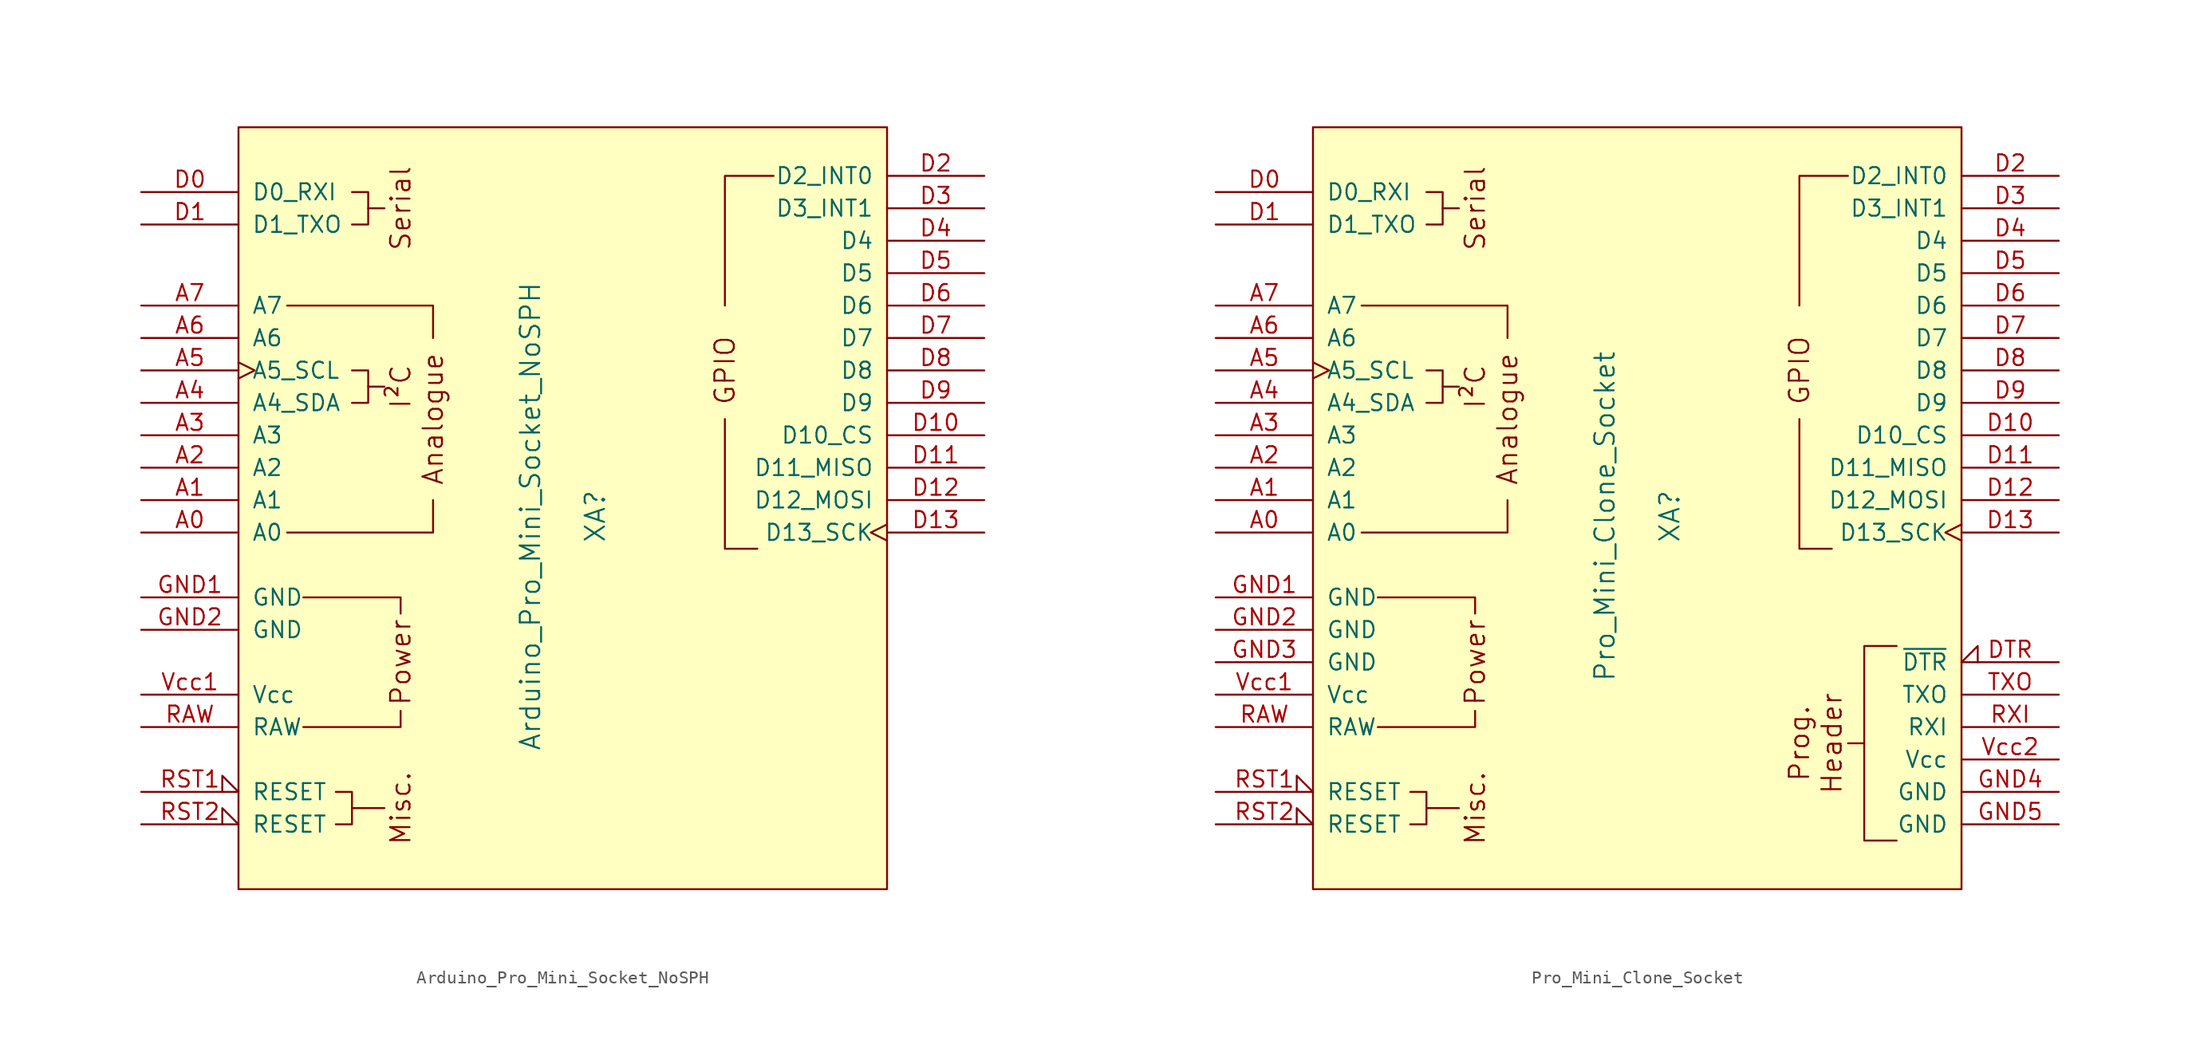
<source format=kicad_sym>
(kicad_symbol_lib
  (version 20211014)
  (generator kicad_symbol_editor)
  (symbol "Arduino_Pro_Mini_Socket_NoSPH"
    (pin_names
      (offset 1.016))
    (property "Reference" "XA"
      (at 2.54 0 90)
      (effects (font (size 1.524 1.524))))
    (property "Value" "Arduino_Pro_Mini_Socket_NoSPH"
      (at -2.54 0 90)
      (effects (font (size 1.524 1.524))))
    (symbol "Arduino_Pro_Mini_Socket_NoSPH_0_0"
      (rectangle (start -25.4 30.48) (end 25.4 -29.21) (stroke (width 0) (type default) (color 0 0 0 0)) (fill (type background)))
      (polyline (pts (xy -15.24 10.16) (xy -13.97 10.16)) (stroke (width 0) (type default) (color 0 0 0 0)) (fill (type none)))
      (polyline (pts (xy -15.24 24.13) (xy -13.97 24.13)) (stroke (width 0) (type default) (color 0 0 0 0)) (fill (type none)))
      (polyline (pts (xy -13.97 -22.86) (xy -16.51 -22.86)) (stroke (width 0) (type default) (color 0 0 0 0)) (fill (type none)))
      (polyline (pts (xy -20.32 -16.51) (xy -12.7 -16.51) (xy -12.7 -15.24)) (stroke (width 0) (type default) (color 0 0 0 0)) (fill (type none)))
      (polyline (pts (xy -12.7 -7.62) (xy -12.7 -6.35) (xy -20.32 -6.35)) (stroke (width 0) (type default) (color 0 0 0 0)) (fill (type none)))
      (polyline (pts (xy -10.16 1.27) (xy -10.16 -1.27) (xy -21.59 -1.27)) (stroke (width 0) (type default) (color 0 0 0 0)) (fill (type none)))
      (polyline (pts (xy -10.16 13.97) (xy -10.16 16.51) (xy -21.59 16.51)) (stroke (width 0) (type default) (color 0 0 0 0)) (fill (type none)))
      (polyline (pts (xy -16.51 11.43) (xy -15.24 11.43) (xy -15.24 8.89) (xy -16.51 8.89)) (stroke (width 0) (type default) (color 0 0 0 0)) (fill (type none)))
      (polyline (pts (xy -16.51 25.4) (xy -15.24 25.4) (xy -15.24 22.86) (xy -16.51 22.86)) (stroke (width 0) (type default) (color 0 0 0 0)) (fill (type none)))
      (text "Analogue" (at -10.16 7.62 900) (effects (font (size 1.524 1.524))))
      (text "I²C" (at -12.7 10.16 900) (effects (font (size 1.524 1.524))))
      (text "Misc." (at -12.7 -22.86 900) (effects (font (size 1.524 1.524))))
      (text "Power" (at -12.7 -11.43 900) (effects (font (size 1.524 1.524))))
      (text "Serial" (at -12.7 24.13 900) (effects (font (size 1.524 1.524)))))
    (symbol "Arduino_Pro_Mini_Socket_NoSPH_0_1"
      (polyline (pts (xy 15.24 -2.54) (xy 12.7 -2.54) (xy 12.7 7.62)) (stroke (width 0) (type default) (color 0 0 0 0)) (fill (type none)))
      (polyline (pts (xy 16.51 26.67) (xy 12.7 26.67) (xy 12.7 16.51)) (stroke (width 0) (type default) (color 0 0 0 0)) (fill (type none)))
      (polyline (pts (xy -17.78 -24.13) (xy -16.51 -24.13) (xy -16.51 -21.59) (xy -17.78 -21.59)) (stroke (width 0) (type default) (color 0 0 0 0)) (fill (type none))))
    (symbol "Arduino_Pro_Mini_Socket_NoSPH_1_0"
      (text "GPIO" (at 12.7 11.43 900) (effects (font (size 1.524 1.524)))))
    (symbol "Arduino_Pro_Mini_Socket_NoSPH_1_1"
      (pin bidirectional line (at -33.02 -1.27 0) (length 7.62) (name "A0" (effects (font (size 1.27 1.27)))) (number "A0" (effects (font (size 1.27 1.27)))))
      (pin bidirectional line (at -33.02 1.27 0) (length 7.62) (name "A1" (effects (font (size 1.27 1.27)))) (number "A1" (effects (font (size 1.27 1.27)))))
      (pin bidirectional line (at -33.02 3.81 0) (length 7.62) (name "A2" (effects (font (size 1.27 1.27)))) (number "A2" (effects (font (size 1.27 1.27)))))
      (pin bidirectional line (at -33.02 6.35 0) (length 7.62) (name "A3" (effects (font (size 1.27 1.27)))) (number "A3" (effects (font (size 1.27 1.27)))))
      (pin bidirectional line (at -33.02 8.89 0) (length 7.62) (name "A4_SDA" (effects (font (size 1.27 1.27)))) (number "A4" (effects (font (size 1.27 1.27)))))
      (pin bidirectional clock (at -33.02 11.43 0) (length 7.62) (name "A5_SCL" (effects (font (size 1.27 1.27)))) (number "A5" (effects (font (size 1.27 1.27)))))
      (pin input line (at -33.02 13.97 0) (length 7.62) (name "A6" (effects (font (size 1.27 1.27)))) (number "A6" (effects (font (size 1.27 1.27)))))
      (pin input line (at -33.02 16.51 0) (length 7.62) (name "A7" (effects (font (size 1.27 1.27)))) (number "A7" (effects (font (size 1.27 1.27)))))
      (pin bidirectional line (at -33.02 25.4 0) (length 7.62) (name "D0_RXI" (effects (font (size 1.27 1.27)))) (number "D0" (effects (font (size 1.27 1.27)))))
      (pin bidirectional line (at -33.02 22.86 0) (length 7.62) (name "D1_TXO" (effects (font (size 1.27 1.27)))) (number "D1" (effects (font (size 1.27 1.27)))))
      (pin bidirectional line (at 33.02 6.35 180) (length 7.62) (name "D10_CS" (effects (font (size 1.27 1.27)))) (number "D10" (effects (font (size 1.27 1.27)))))
      (pin bidirectional line (at 33.02 3.81 180) (length 7.62) (name "D11_MISO" (effects (font (size 1.27 1.27)))) (number "D11" (effects (font (size 1.27 1.27)))))
      (pin bidirectional line (at 33.02 1.27 180) (length 7.62) (name "D12_MOSI" (effects (font (size 1.27 1.27)))) (number "D12" (effects (font (size 1.27 1.27)))))
      (pin bidirectional clock (at 33.02 -1.27 180) (length 7.62) (name "D13_SCK" (effects (font (size 1.27 1.27)))) (number "D13" (effects (font (size 1.27 1.27)))))
      (pin bidirectional line (at 33.02 26.67 180) (length 7.62) (name "D2_INT0" (effects (font (size 1.27 1.27)))) (number "D2" (effects (font (size 1.27 1.27)))))
      (pin bidirectional line (at 33.02 24.13 180) (length 7.62) (name "D3_INT1" (effects (font (size 1.27 1.27)))) (number "D3" (effects (font (size 1.27 1.27)))))
      (pin bidirectional line (at 33.02 21.59 180) (length 7.62) (name "D4" (effects (font (size 1.27 1.27)))) (number "D4" (effects (font (size 1.27 1.27)))))
      (pin bidirectional line (at 33.02 19.05 180) (length 7.62) (name "D5" (effects (font (size 1.27 1.27)))) (number "D5" (effects (font (size 1.27 1.27)))))
      (pin bidirectional line (at 33.02 16.51 180) (length 7.62) (name "D6" (effects (font (size 1.27 1.27)))) (number "D6" (effects (font (size 1.27 1.27)))))
      (pin bidirectional line (at 33.02 13.97 180) (length 7.62) (name "D7" (effects (font (size 1.27 1.27)))) (number "D7" (effects (font (size 1.27 1.27)))))
      (pin bidirectional line (at 33.02 11.43 180) (length 7.62) (name "D8" (effects (font (size 1.27 1.27)))) (number "D8" (effects (font (size 1.27 1.27)))))
      (pin bidirectional line (at 33.02 8.89 180) (length 7.62) (name "D9" (effects (font (size 1.27 1.27)))) (number "D9" (effects (font (size 1.27 1.27)))))
      (pin power_in line (at -33.02 -6.35 0) (length 7.62) (name "GND" (effects (font (size 1.27 1.27)))) (number "GND1" (effects (font (size 1.27 1.27)))))
      (pin power_in line (at -33.02 -8.89 0) (length 7.62) (name "GND" (effects (font (size 1.27 1.27)))) (number "GND2" (effects (font (size 1.27 1.27)))))
      (pin power_in line (at -33.02 -16.51 0) (length 7.62) (name "RAW" (effects (font (size 1.27 1.27)))) (number "RAW" (effects (font (size 1.27 1.27)))))
      (pin open_collector input_low (at -33.02 -21.59 0) (length 7.62) (name "RESET" (effects (font (size 1.27 1.27)))) (number "RST1" (effects (font (size 1.27 1.27)))))
      (pin open_collector input_low (at -33.02 -24.13 0) (length 7.62) (name "RESET" (effects (font (size 1.27 1.27)))) (number "RST2" (effects (font (size 1.27 1.27)))))
      (pin power_in line (at -33.02 -13.97 0) (length 7.62) (name "Vcc" (effects (font (size 1.27 1.27)))) (number "Vcc1" (effects (font (size 1.27 1.27)))))))
  (symbol "Pro_Mini_Clone_Socket"
    (pin_names
      (offset 1.016))
    (property "Reference" "XA"
      (at 2.54 0 90)
      (effects (font (size 1.524 1.524))))
    (property "Value" "Pro_Mini_Clone_Socket"
      (at -2.54 0 90)
      (effects (font (size 1.524 1.524))))
    (symbol "Pro_Mini_Clone_Socket_0_0"
      (rectangle (start -25.4 30.48) (end 25.4 -29.21) (stroke (width 0) (type default) (color 0 0 0 0)) (fill (type background)))
      (polyline (pts (xy -15.24 10.16) (xy -13.97 10.16)) (stroke (width 0) (type default) (color 0 0 0 0)) (fill (type none)))
      (polyline (pts (xy -15.24 24.13) (xy -13.97 24.13)) (stroke (width 0) (type default) (color 0 0 0 0)) (fill (type none)))
      (polyline (pts (xy -13.97 -22.86) (xy -16.51 -22.86)) (stroke (width 0) (type default) (color 0 0 0 0)) (fill (type none)))
      (polyline (pts (xy -20.32 -16.51) (xy -12.7 -16.51) (xy -12.7 -15.24)) (stroke (width 0) (type default) (color 0 0 0 0)) (fill (type none)))
      (polyline (pts (xy -12.7 -7.62) (xy -12.7 -6.35) (xy -20.32 -6.35)) (stroke (width 0) (type default) (color 0 0 0 0)) (fill (type none)))
      (polyline (pts (xy -10.16 1.27) (xy -10.16 -1.27) (xy -21.59 -1.27)) (stroke (width 0) (type default) (color 0 0 0 0)) (fill (type none)))
      (polyline (pts (xy -10.16 13.97) (xy -10.16 16.51) (xy -21.59 16.51)) (stroke (width 0) (type default) (color 0 0 0 0)) (fill (type none)))
      (polyline (pts (xy -16.51 11.43) (xy -15.24 11.43) (xy -15.24 8.89) (xy -16.51 8.89)) (stroke (width 0) (type default) (color 0 0 0 0)) (fill (type none)))
      (polyline (pts (xy -16.51 25.4) (xy -15.24 25.4) (xy -15.24 22.86) (xy -16.51 22.86)) (stroke (width 0) (type default) (color 0 0 0 0)) (fill (type none)))
      (polyline (pts (xy 20.32 -10.16) (xy 17.78 -10.16) (xy 17.78 -16.51) (xy 17.78 -17.78) (xy 16.51 -17.78) (xy 17.78 -17.78) (xy 17.78 -25.4) (xy 20.32 -25.4)) (stroke (width 0) (type default) (color 0 0 0 0)) (fill (type none)))
      (text "Analogue" (at -10.16 7.62 900) (effects (font (size 1.524 1.524))))
      (text "Header" (at 15.24 -17.78 900) (effects (font (size 1.524 1.524))))
      (text "I²C" (at -12.7 10.16 900) (effects (font (size 1.524 1.524))))
      (text "Misc." (at -12.7 -22.86 900) (effects (font (size 1.524 1.524))))
      (text "Power" (at -12.7 -11.43 900) (effects (font (size 1.524 1.524))))
      (text "Prog." (at 12.7 -17.78 900) (effects (font (size 1.524 1.524))))
      (text "Serial" (at -12.7 24.13 900) (effects (font (size 1.524 1.524)))))
    (symbol "Pro_Mini_Clone_Socket_0_1"
      (polyline (pts (xy 15.24 -2.54) (xy 12.7 -2.54) (xy 12.7 7.62)) (stroke (width 0) (type default) (color 0 0 0 0)) (fill (type none)))
      (polyline (pts (xy 16.51 26.67) (xy 12.7 26.67) (xy 12.7 16.51)) (stroke (width 0) (type default) (color 0 0 0 0)) (fill (type none)))
      (polyline (pts (xy -17.78 -24.13) (xy -16.51 -24.13) (xy -16.51 -21.59) (xy -17.78 -21.59)) (stroke (width 0) (type default) (color 0 0 0 0)) (fill (type none))))
    (symbol "Pro_Mini_Clone_Socket_1_0"
      (text "GPIO" (at 12.7 11.43 900) (effects (font (size 1.524 1.524)))))
    (symbol "Pro_Mini_Clone_Socket_1_1"
      (pin bidirectional line (at -33.02 -1.27 0) (length 7.62) (name "A0" (effects (font (size 1.27 1.27)))) (number "A0" (effects (font (size 1.27 1.27)))))
      (pin bidirectional line (at -33.02 1.27 0) (length 7.62) (name "A1" (effects (font (size 1.27 1.27)))) (number "A1" (effects (font (size 1.27 1.27)))))
      (pin bidirectional line (at -33.02 3.81 0) (length 7.62) (name "A2" (effects (font (size 1.27 1.27)))) (number "A2" (effects (font (size 1.27 1.27)))))
      (pin bidirectional line (at -33.02 6.35 0) (length 7.62) (name "A3" (effects (font (size 1.27 1.27)))) (number "A3" (effects (font (size 1.27 1.27)))))
      (pin bidirectional line (at -33.02 8.89 0) (length 7.62) (name "A4_SDA" (effects (font (size 1.27 1.27)))) (number "A4" (effects (font (size 1.27 1.27)))))
      (pin bidirectional clock (at -33.02 11.43 0) (length 7.62) (name "A5_SCL" (effects (font (size 1.27 1.27)))) (number "A5" (effects (font (size 1.27 1.27)))))
      (pin input line (at -33.02 13.97 0) (length 7.62) (name "A6" (effects (font (size 1.27 1.27)))) (number "A6" (effects (font (size 1.27 1.27)))))
      (pin input line (at -33.02 16.51 0) (length 7.62) (name "A7" (effects (font (size 1.27 1.27)))) (number "A7" (effects (font (size 1.27 1.27)))))
      (pin bidirectional line (at -33.02 25.4 0) (length 7.62) (name "D0_RXI" (effects (font (size 1.27 1.27)))) (number "D0" (effects (font (size 1.27 1.27)))))
      (pin bidirectional line (at -33.02 22.86 0) (length 7.62) (name "D1_TXO" (effects (font (size 1.27 1.27)))) (number "D1" (effects (font (size 1.27 1.27)))))
      (pin bidirectional line (at 33.02 6.35 180) (length 7.62) (name "D10_CS" (effects (font (size 1.27 1.27)))) (number "D10" (effects (font (size 1.27 1.27)))))
      (pin bidirectional line (at 33.02 3.81 180) (length 7.62) (name "D11_MISO" (effects (font (size 1.27 1.27)))) (number "D11" (effects (font (size 1.27 1.27)))))
      (pin bidirectional line (at 33.02 1.27 180) (length 7.62) (name "D12_MOSI" (effects (font (size 1.27 1.27)))) (number "D12" (effects (font (size 1.27 1.27)))))
      (pin bidirectional clock (at 33.02 -1.27 180) (length 7.62) (name "D13_SCK" (effects (font (size 1.27 1.27)))) (number "D13" (effects (font (size 1.27 1.27)))))
      (pin bidirectional line (at 33.02 26.67 180) (length 7.62) (name "D2_INT0" (effects (font (size 1.27 1.27)))) (number "D2" (effects (font (size 1.27 1.27)))))
      (pin bidirectional line (at 33.02 24.13 180) (length 7.62) (name "D3_INT1" (effects (font (size 1.27 1.27)))) (number "D3" (effects (font (size 1.27 1.27)))))
      (pin bidirectional line (at 33.02 21.59 180) (length 7.62) (name "D4" (effects (font (size 1.27 1.27)))) (number "D4" (effects (font (size 1.27 1.27)))))
      (pin bidirectional line (at 33.02 19.05 180) (length 7.62) (name "D5" (effects (font (size 1.27 1.27)))) (number "D5" (effects (font (size 1.27 1.27)))))
      (pin bidirectional line (at 33.02 16.51 180) (length 7.62) (name "D6" (effects (font (size 1.27 1.27)))) (number "D6" (effects (font (size 1.27 1.27)))))
      (pin bidirectional line (at 33.02 13.97 180) (length 7.62) (name "D7" (effects (font (size 1.27 1.27)))) (number "D7" (effects (font (size 1.27 1.27)))))
      (pin bidirectional line (at 33.02 11.43 180) (length 7.62) (name "D8" (effects (font (size 1.27 1.27)))) (number "D8" (effects (font (size 1.27 1.27)))))
      (pin bidirectional line (at 33.02 8.89 180) (length 7.62) (name "D9" (effects (font (size 1.27 1.27)))) (number "D9" (effects (font (size 1.27 1.27)))))
      (pin input input_low (at 33.02 -11.43 180) (length 7.62) (name "~{DTR}" (effects (font (size 1.27 1.27)))) (number "DTR" (effects (font (size 1.27 1.27)))))
      (pin power_in line (at -33.02 -6.35 0) (length 7.62) (name "GND" (effects (font (size 1.27 1.27)))) (number "GND1" (effects (font (size 1.27 1.27)))))
      (pin power_in line (at -33.02 -8.89 0) (length 7.62) (name "GND" (effects (font (size 1.27 1.27)))) (number "GND2" (effects (font (size 1.27 1.27)))))
      (pin power_in line (at -33.02 -11.43 0) (length 7.62) (name "GND" (effects (font (size 1.27 1.27)))) (number "GND3" (effects (font (size 1.27 1.27)))))
      (pin power_in line (at 33.02 -21.59 180) (length 7.62) (name "GND" (effects (font (size 1.27 1.27)))) (number "GND4" (effects (font (size 1.27 1.27)))))
      (pin power_in line (at 33.02 -24.13 180) (length 7.62) (name "GND" (effects (font (size 1.27 1.27)))) (number "GND5" (effects (font (size 1.27 1.27)))))
      (pin power_in line (at -33.02 -16.51 0) (length 7.62) (name "RAW" (effects (font (size 1.27 1.27)))) (number "RAW" (effects (font (size 1.27 1.27)))))
      (pin open_collector input_low (at -33.02 -21.59 0) (length 7.62) (name "RESET" (effects (font (size 1.27 1.27)))) (number "RST1" (effects (font (size 1.27 1.27)))))
      (pin open_collector input_low (at -33.02 -24.13 0) (length 7.62) (name "RESET" (effects (font (size 1.27 1.27)))) (number "RST2" (effects (font (size 1.27 1.27)))))
      (pin input line (at 33.02 -16.51 180) (length 7.62) (name "RXI" (effects (font (size 1.27 1.27)))) (number "RXI" (effects (font (size 1.27 1.27)))))
      (pin output line (at 33.02 -13.97 180) (length 7.62) (name "TXO" (effects (font (size 1.27 1.27)))) (number "TXO" (effects (font (size 1.27 1.27)))))
      (pin power_in line (at -33.02 -13.97 0) (length 7.62) (name "Vcc" (effects (font (size 1.27 1.27)))) (number "Vcc1" (effects (font (size 1.27 1.27)))))
      (pin power_in line (at 33.02 -19.05 180) (length 7.62) (name "Vcc" (effects (font (size 1.27 1.27)))) (number "Vcc2" (effects (font (size 1.27 1.27))))))))
</source>
